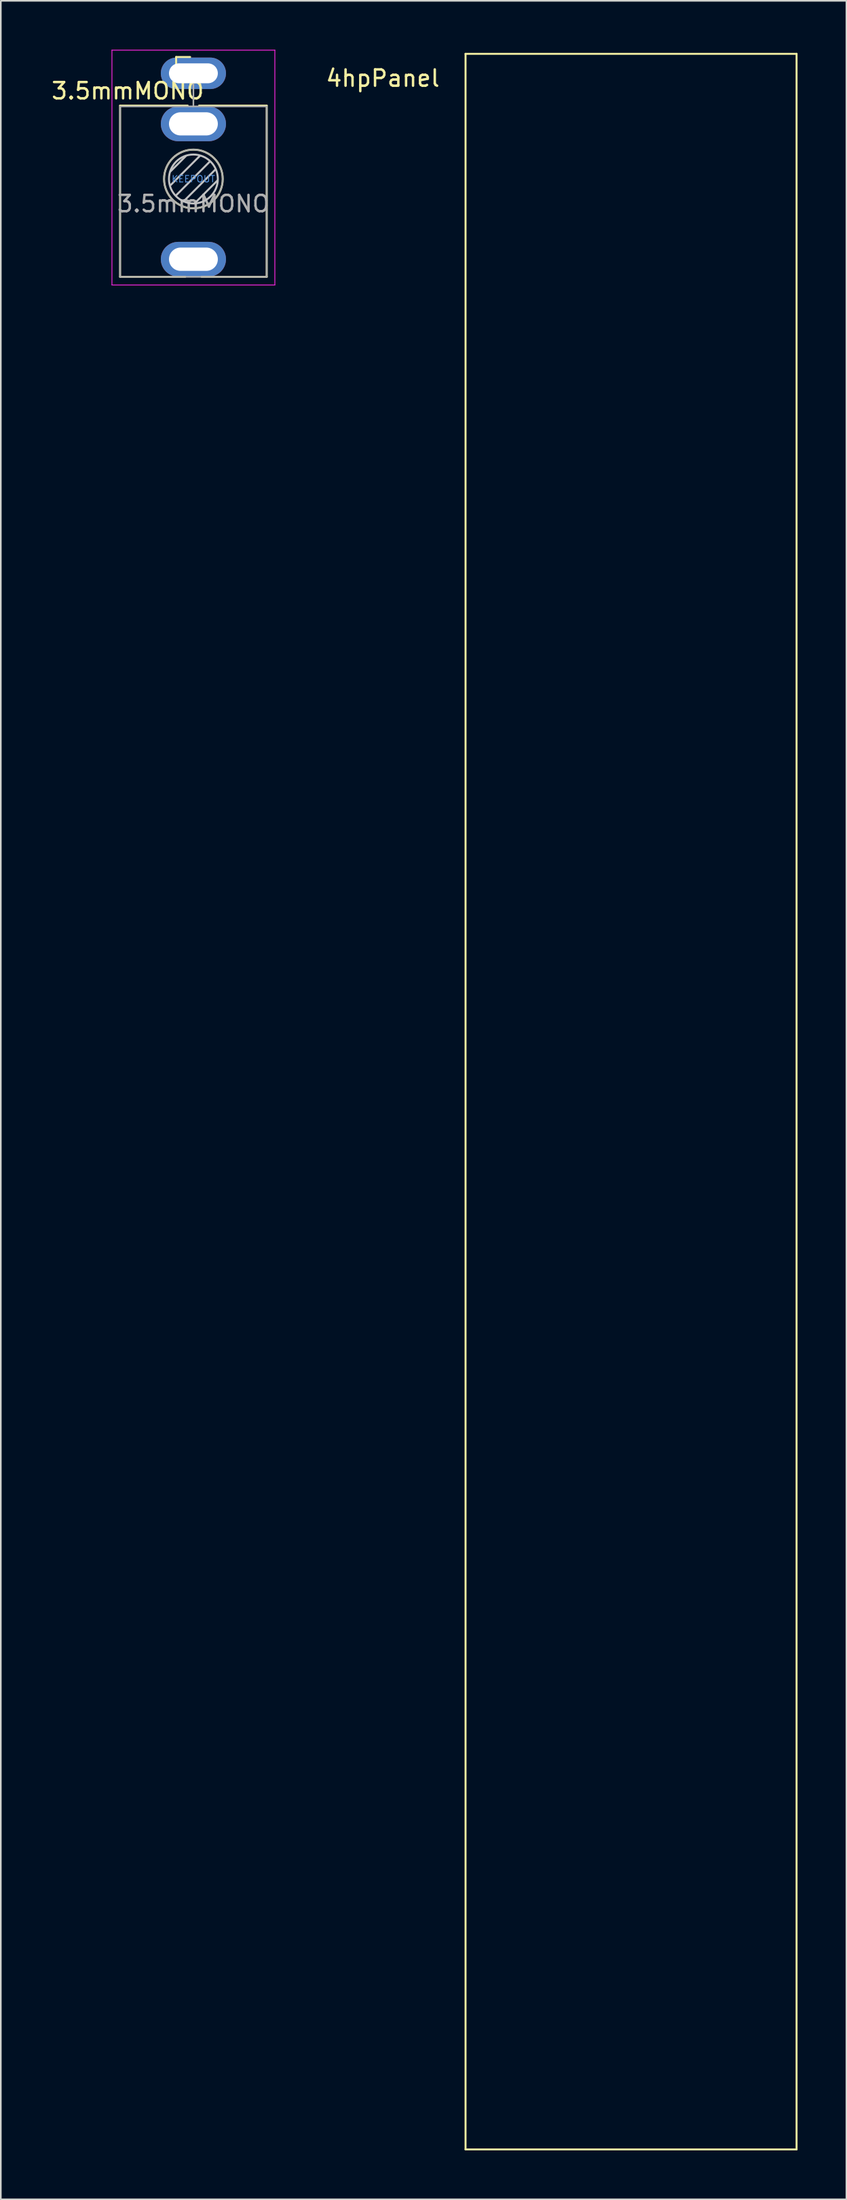
<source format=kicad_pcb>
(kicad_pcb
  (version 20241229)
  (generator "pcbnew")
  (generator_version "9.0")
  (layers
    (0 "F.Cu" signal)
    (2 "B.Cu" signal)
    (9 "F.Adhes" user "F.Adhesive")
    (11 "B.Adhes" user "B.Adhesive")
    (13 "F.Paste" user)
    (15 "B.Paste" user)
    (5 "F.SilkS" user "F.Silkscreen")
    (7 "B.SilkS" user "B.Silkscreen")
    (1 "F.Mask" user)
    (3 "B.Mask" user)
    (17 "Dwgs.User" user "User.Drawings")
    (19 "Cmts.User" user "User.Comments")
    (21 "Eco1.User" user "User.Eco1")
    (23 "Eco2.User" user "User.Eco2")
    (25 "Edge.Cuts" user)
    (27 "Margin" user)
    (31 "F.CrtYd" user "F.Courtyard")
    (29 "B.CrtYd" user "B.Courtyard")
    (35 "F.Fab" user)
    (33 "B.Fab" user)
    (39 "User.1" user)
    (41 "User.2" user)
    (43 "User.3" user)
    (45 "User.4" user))
  (footprint "3.5mmMONO"
    (layer "F.Cu")
    (at 8.822 1.445)
    (property "Reference" "3.5mmMONO" (at -4.03 1.08 180) (layer "F.SilkS") (effects (font (size 1 1) (thickness 0.15))))
    (attr through_hole)
    (fp_line (start -4.5 1.98) (end -4.5 12.48) (stroke (width 0.12) (type solid)) (layer "F.SilkS"))
    (fp_line (start -1.06 -1) (end -1.06 -0.2) (stroke (width 0.12) (type solid)) (layer "F.SilkS"))
    (fp_line (start -1.06 -1) (end -0.2 -1) (stroke (width 0.12) (type solid)) (layer "F.SilkS"))
    (fp_line (start -0.5 12.48) (end -4.5 12.48) (stroke (width 0.12) (type solid)) (layer "F.SilkS"))
    (fp_line (start -0.35 1.98) (end -4.5 1.98) (stroke (width 0.12) (type solid)) (layer "F.SilkS"))
    (fp_line (start 4.5 1.98) (end 0.35 1.98) (stroke (width 0.12) (type solid)) (layer "F.SilkS"))
    (fp_line (start 4.5 1.98) (end 4.5 12.48) (stroke (width 0.12) (type solid)) (layer "F.SilkS"))
    (fp_line (start 4.5 12.48) (end 0.5 12.48) (stroke (width 0.12) (type solid)) (layer "F.SilkS"))
    (fp_circle (center 0 6.48) (end 1.8 6.48) (stroke (width 0.12) (type solid)) (fill no) (layer "F.SilkS"))
    (fp_line (start -1.42 6.875) (end 0.4 5.06) (stroke (width 0.12) (type solid)) (layer "Dwgs.User"))
    (fp_line (start -1.41 6.02) (end -0.46 5.07) (stroke (width 0.12) (type solid)) (layer "Dwgs.User"))
    (fp_line (start -1.07 7.49) (end 1.01 5.41) (stroke (width 0.12) (type solid)) (layer "Dwgs.User"))
    (fp_line (start -0.58 7.83) (end 1.36 5.89) (stroke (width 0.12) (type solid)) (layer "Dwgs.User"))
    (fp_line (start 0.09 7.96) (end 1.48 6.57) (stroke (width 0.12) (type solid)) (layer "Dwgs.User"))
    (fp_circle (center 0 6.48) (end 1.5 6.48) (stroke (width 0.12) (type solid)) (fill no) (layer "Dwgs.User"))
    (fp_line (start -5 12.98) (end -5 -1.42) (stroke (width 0.05) (type solid)) (layer "F.CrtYd"))
    (fp_line (start 5 -1.42) (end -5 -1.42) (stroke (width 0.05) (type solid)) (layer "F.CrtYd"))
    (fp_line (start 5 12.98) (end -5 12.98) (stroke (width 0.05) (type solid)) (layer "F.CrtYd"))
    (fp_line (start 5 12.98) (end 5 -1.42) (stroke (width 0.05) (type solid)) (layer "F.CrtYd"))
    (fp_line (start -4.5 12.48) (end -4.5 2.08) (stroke (width 0.1) (type solid)) (layer "F.Fab"))
    (fp_line (start 0 0) (end 0 2.03) (stroke (width 0.1) (type solid)) (layer "F.Fab"))
    (fp_line (start 4.5 2.03) (end -4.5 2.03) (stroke (width 0.1) (type solid)) (layer "F.Fab"))
    (fp_line (start 4.5 12.48) (end -4.5 12.48) (stroke (width 0.1) (type solid)) (layer "F.Fab"))
    (fp_line (start 4.5 12.48) (end 4.5 2.08) (stroke (width 0.1) (type solid)) (layer "F.Fab"))
    (fp_circle (center 0 6.48) (end 1.8 6.48) (stroke (width 0.1) (type solid)) (fill no) (layer "F.Fab"))
    (fp_text user "KEEPOUT" (at 0 6.48 0) (layer "Cmts.User") (effects (font (size 0.4 0.4) (thickness 0.051))))
    (fp_text user "${REFERENCE}" (at 0 8 180) (layer "F.Fab") (effects (font (size 1 1) (thickness 0.15))))
    (pad "R" thru_hole oval (at 0 3.1 180) (size 4 2.13) (drill oval 3 1.42) (layers "*.Cu" "*.Mask"))
    (pad "S" thru_hole oval (at 0 0 180) (size 4 1.93) (drill oval 3 1.22) (layers "*.Cu" "*.Mask"))
    (pad "T" thru_hole oval (at 0 11.4 180) (size 4 2.13) (drill oval 3 1.43) (layers "*.Cu" "*.Mask")))
  (footprint "4hpPanel"
    (layer "F.Cu")
    (at 25.528 0.25)
    (property "Reference" "4hpPanel" (at -5.08 1.5 0) (layer "F.SilkS") (effects (font (size 1 1) (thickness 0.15))))
    (attr through_hole)
    (fp_line (start 0 0) (end 20.32 0) (stroke (width 0.12) (type solid)) (layer "F.SilkS"))
    (fp_line (start 0 128.5) (end 0 0) (stroke (width 0.12) (type solid)) (layer "F.SilkS"))
    (fp_line (start 20.32 0) (end 20.32 128.5) (stroke (width 0.12) (type solid)) (layer "F.SilkS"))
    (fp_line (start 20.32 128.5) (end 0 128.5) (stroke (width 0.12) (type solid)) (layer "F.SilkS")))
  (gr_rect
    (start -3 -3)
    (end 48.908 131.81)
    (stroke (width 0.1) (type default))
    (fill no)
    (layer "Edge.Cuts")))
</source>
